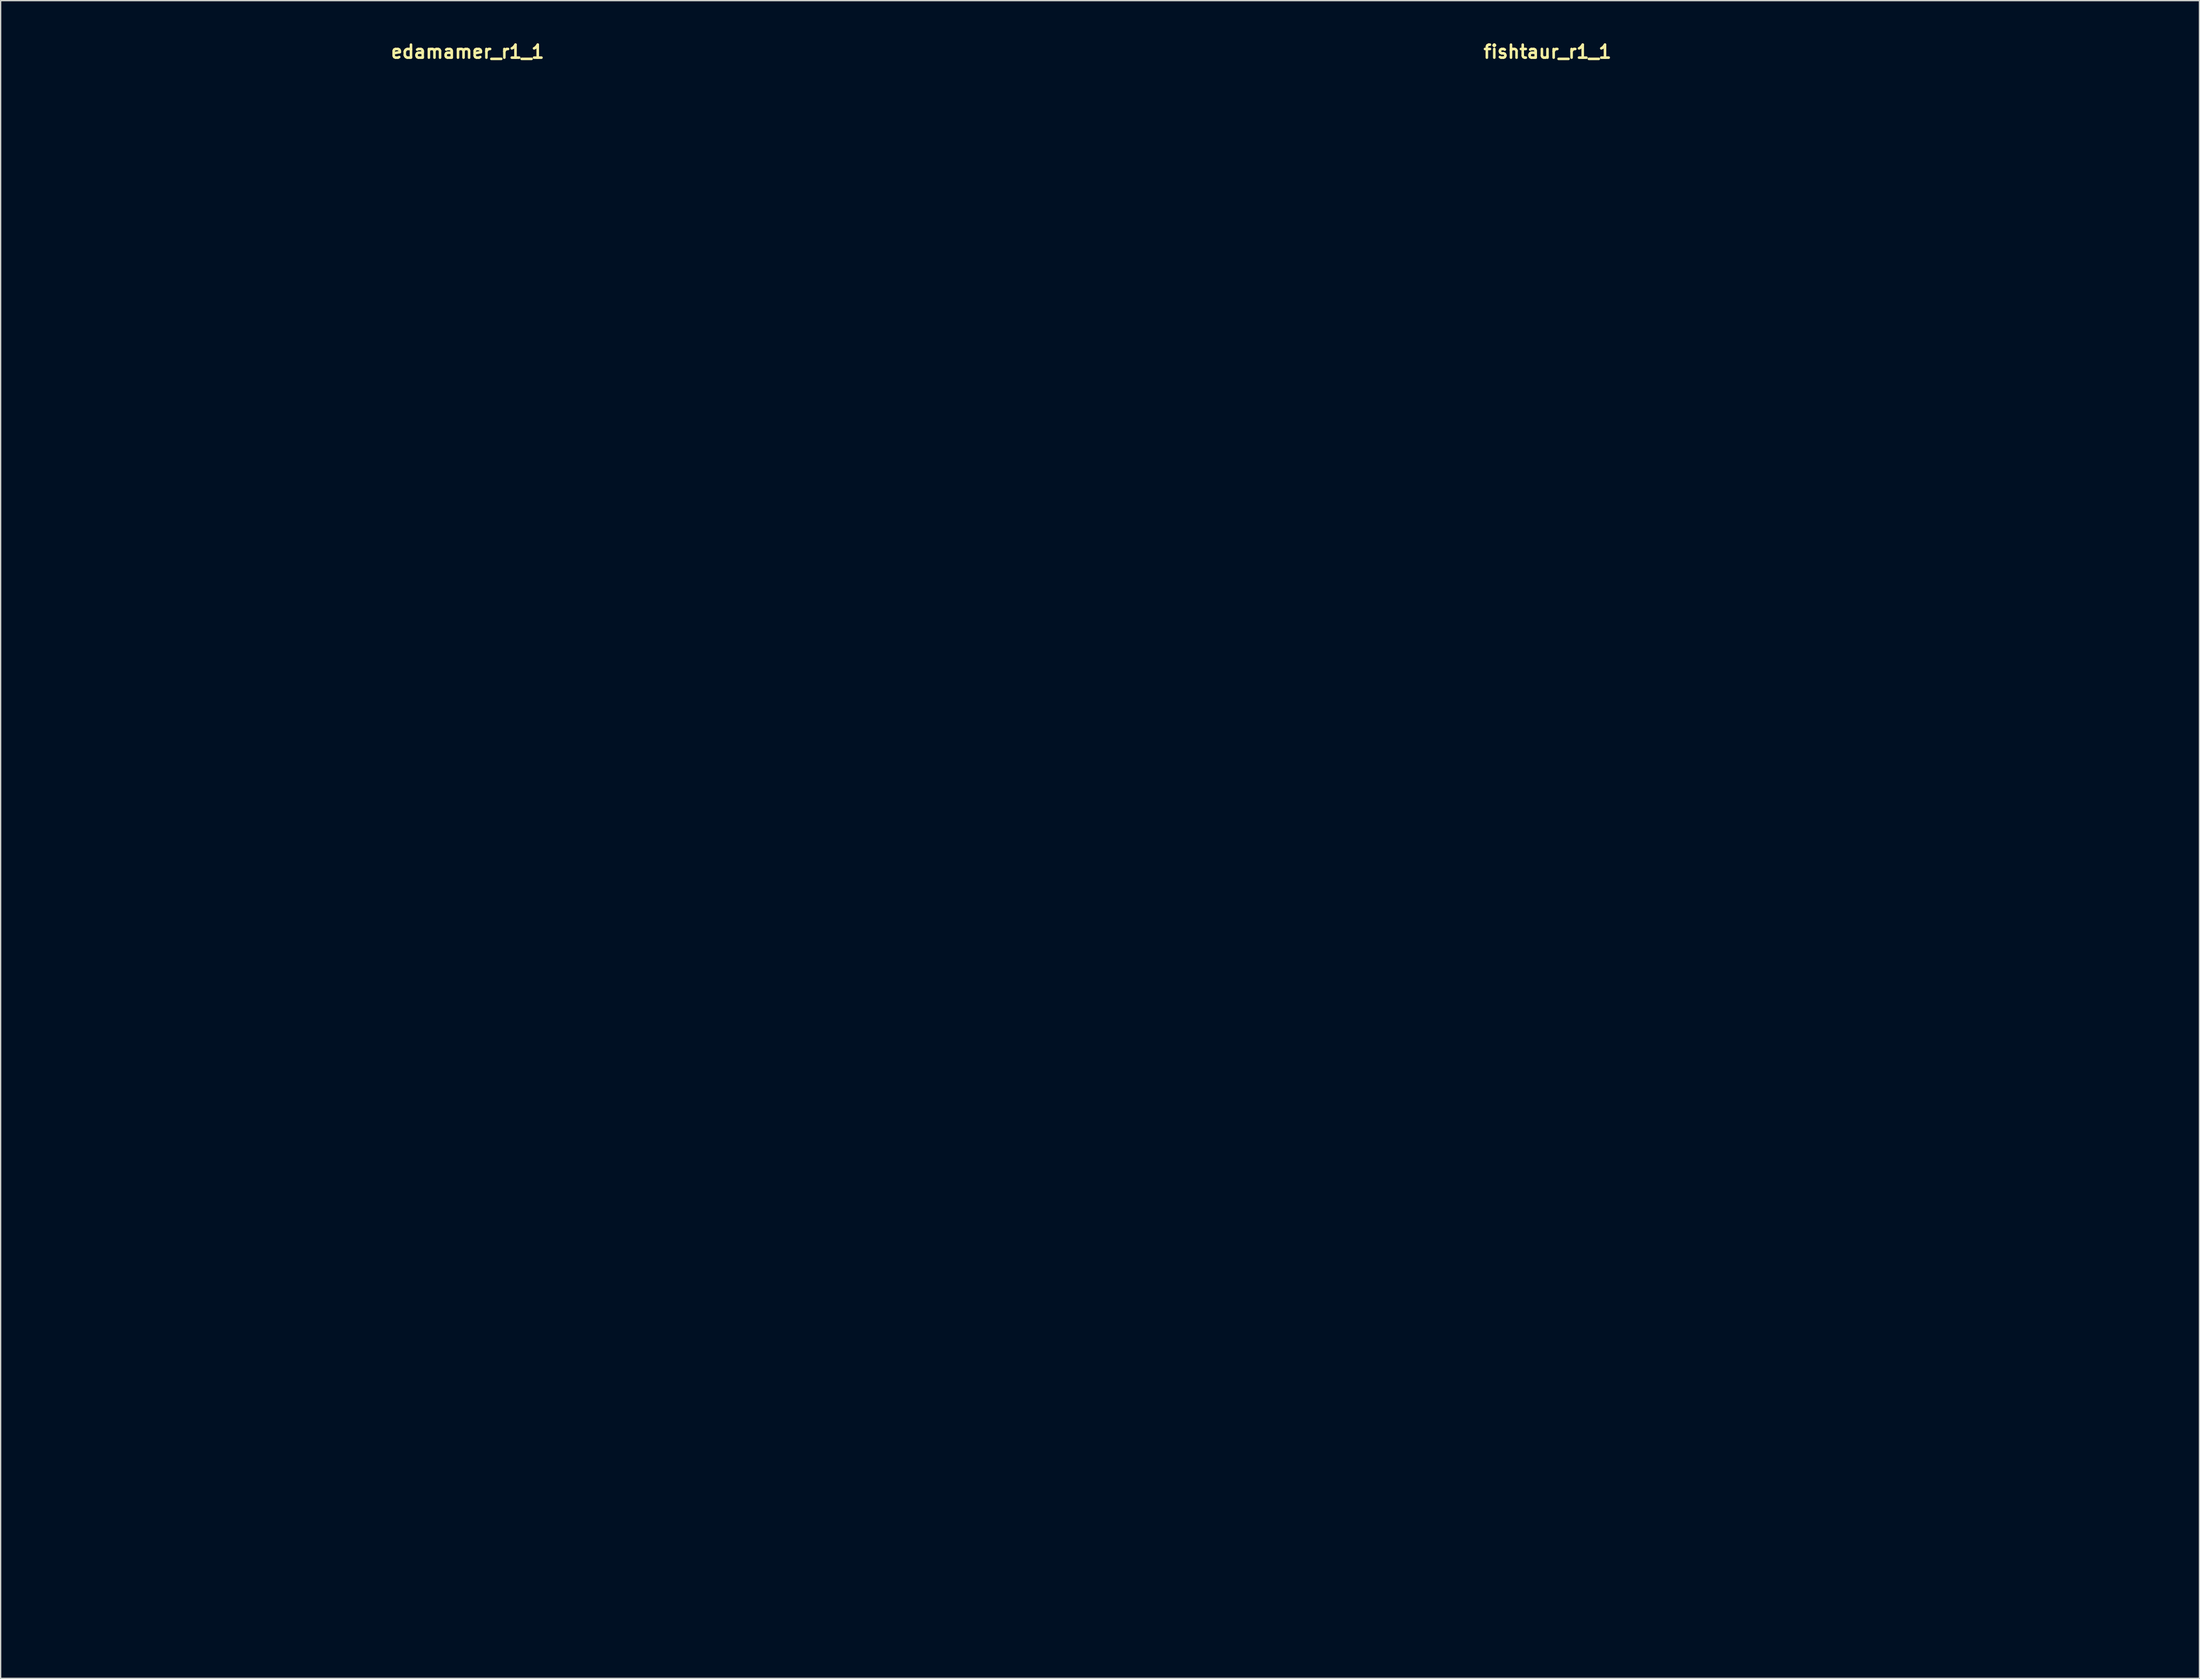
<source format=kicad_pcb>
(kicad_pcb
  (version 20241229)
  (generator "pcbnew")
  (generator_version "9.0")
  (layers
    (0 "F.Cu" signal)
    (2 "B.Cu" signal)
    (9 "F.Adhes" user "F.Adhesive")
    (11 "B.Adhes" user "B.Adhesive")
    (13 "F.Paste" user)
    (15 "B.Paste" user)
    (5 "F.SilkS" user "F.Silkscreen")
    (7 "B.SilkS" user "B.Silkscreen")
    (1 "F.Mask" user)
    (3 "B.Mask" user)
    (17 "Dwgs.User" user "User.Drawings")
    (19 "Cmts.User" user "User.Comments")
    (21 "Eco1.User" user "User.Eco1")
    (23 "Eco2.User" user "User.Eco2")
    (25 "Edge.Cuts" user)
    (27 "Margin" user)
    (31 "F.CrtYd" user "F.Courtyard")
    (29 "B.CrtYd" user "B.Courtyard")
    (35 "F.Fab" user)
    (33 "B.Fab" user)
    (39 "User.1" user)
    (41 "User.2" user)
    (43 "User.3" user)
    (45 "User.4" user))
  (footprint "fishtaur_r1_1"
    (layer "F.Cu")
    (at 116.1 61.515)
    (property "Reference" "fishtaur_r1_1" (at 0 -60.579 0) (layer "F.SilkS") (effects (font (size 1 1) (thickness 0.2))))
    (attr through_hole)
    (fp_line (start -47 -59.75) (end -47 59.75) (stroke (width 0.4) (type solid)) (layer "Eco1.User"))
    (fp_line (start -47 -59.75) (end 47 -59.75) (stroke (width 0.4) (type solid)) (layer "Eco1.User"))
    (fp_line (start -47 59.75) (end 47 59.75) (stroke (width 0.4) (type solid)) (layer "Eco1.User"))
    (fp_line (start -44.75 -57.5) (end -44.75 57.5) (stroke (width 0.4) (type solid)) (layer "Eco1.User"))
    (fp_line (start -44.75 -57.5) (end 44.75 -57.5) (stroke (width 0.4) (type solid)) (layer "Eco1.User"))
    (fp_line (start -44.75 57.5) (end 44.75 57.5) (stroke (width 0.4) (type solid)) (layer "Eco1.User"))
    (fp_line (start 44.75 -57.5) (end 44.75 57.5) (stroke (width 0.4) (type solid)) (layer "Eco1.User"))
    (fp_line (start 47 -59.75) (end 47 59.75) (stroke (width 0.4) (type solid)) (layer "Eco1.User"))
    (fp_circle (center -33.02 -31.55) (end -29.32 -31.55) (stroke (width 0.4) (type solid)) (fill no) (layer "Eco1.User"))
    (fp_circle (center -33.02 -31.55) (end -23.52 -31.55) (stroke (width 0.4) (type solid)) (fill no) (layer "Eco1.User"))
    (fp_circle (center -29.21 -52.07) (end -27.71 -52.07) (stroke (width 0.4) (type solid)) (fill no) (layer "Eco1.User"))
    (fp_circle (center -29.21 -52.07) (end -25.71 -52.07) (stroke (width 0.4) (type solid)) (fill no) (layer "Eco1.User"))
    (fp_circle (center -8.89 -52.07) (end -7.39 -52.07) (stroke (width 0.4) (type solid)) (fill no) (layer "Eco1.User"))
    (fp_circle (center -8.89 -52.07) (end -5.39 -52.07) (stroke (width 0.4) (type solid)) (fill no) (layer "Eco1.User"))
    (fp_circle (center 0 -31.55) (end 3.7 -31.55) (stroke (width 0.4) (type solid)) (fill no) (layer "Eco1.User"))
    (fp_circle (center 0 -31.55) (end 9.5 -31.55) (stroke (width 0.4) (type solid)) (fill no) (layer "Eco1.User"))
    (fp_circle (center 0 13.97) (end 2.65 13.97) (stroke (width 0.4) (type solid)) (fill no) (layer "Eco1.User"))
    (fp_circle (center 0 29.21) (end 6.5 29.21) (stroke (width 0.4) (type solid)) (fill no) (layer "Eco1.User"))
    (fp_circle (center 0 29.21) (end 9.75 29.21) (stroke (width 0.4) (type solid)) (fill no) (layer "Eco1.User"))
    (fp_circle (center 8.89 -52.07) (end 10.39 -52.07) (stroke (width 0.4) (type solid)) (fill no) (layer "Eco1.User"))
    (fp_circle (center 8.89 -52.07) (end 12.39 -52.07) (stroke (width 0.4) (type solid)) (fill no) (layer "Eco1.User"))
    (fp_circle (center 29.21 -52.07) (end 30.71 -52.07) (stroke (width 0.4) (type solid)) (fill no) (layer "Eco1.User"))
    (fp_circle (center 29.21 -52.07) (end 32.71 -52.07) (stroke (width 0.4) (type solid)) (fill no) (layer "Eco1.User"))
    (fp_circle (center 33.02 -31.55) (end 36.72 -31.55) (stroke (width 0.4) (type solid)) (fill no) (layer "Eco1.User"))
    (fp_circle (center 33.02 -31.55) (end 42.52 -31.55) (stroke (width 0.4) (type solid)) (fill no) (layer "Eco1.User"))
    (fp_line (start -47 -59.75) (end -47 59.75) (stroke (width 0.4) (type solid)) (layer "Eco2.User"))
    (fp_line (start -47 -59.75) (end 47 -59.75) (stroke (width 0.4) (type solid)) (layer "Eco2.User"))
    (fp_line (start -47 59.75) (end 47 59.75) (stroke (width 0.4) (type solid)) (layer "Eco2.User"))
    (fp_line (start -5.715 -45.72) (end -4.445 -45.72) (stroke (width 0.25) (type solid)) (layer "Eco2.User"))
    (fp_line (start -5.08 -46.355) (end -5.08 -45.085) (stroke (width 0.25) (type solid)) (layer "Eco2.User"))
    (fp_line (start -3.81 -45.72) (end -1.27 -45.72) (stroke (width 0.5) (type solid)) (layer "Eco2.User"))
    (fp_line (start 0 -45.72) (end 3.81 -45.72) (stroke (width 0.5) (type solid)) (layer "Eco2.User"))
    (fp_line (start 4.445 -45.72) (end 5.715 -45.72) (stroke (width 0.25) (type solid)) (layer "Eco2.User"))
    (fp_line (start 47 -59.75) (end 47 59.75) (stroke (width 0.4) (type solid)) (layer "Eco2.User"))
    (fp_arc (start 0 -44.45) (mid -1.27 -45.72) (end 0 -46.99) (stroke (width 0.5) (type solid)) (layer "Eco2.User"))
    (fp_circle (center -5.08 -45.72) (end -3.81 -45.72) (stroke (width 0.5) (type solid)) (fill no) (layer "Eco2.User"))
    (fp_circle (center 0 -45.72) (end 0.25 -45.72) (stroke (width 0.5) (type solid)) (fill no) (layer "Eco2.User"))
    (fp_circle (center 5.08 -45.72) (end 6.35 -45.72) (stroke (width 0.5) (type solid)) (fill no) (layer "Eco2.User"))
    (fp_poly (pts (xy -19.05 -46.99) (xy -20.32 -44.45) (xy -17.78 -44.45)) (stroke (width 0.5) (type solid)) (fill no) (layer "Eco2.User"))
    (fp_poly (pts (xy 19.05 -44.45) (xy 17.78 -46.99) (xy 20.32 -46.99)) (stroke (width 0.5) (type solid)) (fill no) (layer "Eco2.User"))
    (fp_text user "TREBLE" (at 0 -18.415 0) (unlocked yes) (layer "Eco2.User") (effects (font (size 3 3) (thickness 0.5))))
    (fp_text user "-ТТКРЧПДЛ-\nFISHTAUR\nREV. 1" (at 0 48.26 0) (unlocked yes) (layer "Eco2.User") (effects (font (size 3 3) (thickness 0.5))))
    (fp_text user "OUTPUT" (at 33.02 -18.415 0) (unlocked yes) (layer "Eco2.User") (effects (font (size 3 3) (thickness 0.5))))
    (fp_text user "GAIN" (at -33.02 -18.415 0) (unlocked yes) (layer "Eco2.User") (effects (font (size 3 3) (thickness 0.5))))
    (fp_text user "IN" (at 19.05 -52.07 0) (unlocked yes) (layer "Eco2.User") (effects (font (size 3 3) (thickness 0.5))))
    (fp_text user "OUT" (at -19.05 -52.07 0) (unlocked yes) (layer "Eco2.User") (effects (font (size 3 3) (thickness 0.5))))
    (fp_text user "9V" (at 0 -52.07 0) (unlocked yes) (layer "Eco2.User") (effects (font (size 3 3) (thickness 0.5)))))
  (footprint "edamamer_r1_1"
    (layer "F.Cu")
    (at 32.95 62.404)
    (property "Reference" "edamamer_r1_1" (at 0 -61.468 0) (layer "F.SilkS") (effects (font (size 1 1) (thickness 0.2))))
    (attr through_hole)
    (fp_line (start -32.75 -60.6) (end -32.75 60.6) (stroke (width 0.4) (type solid)) (layer "Eco1.User"))
    (fp_line (start -32.75 -60.6) (end 32.75 -60.6) (stroke (width 0.4) (type solid)) (layer "Eco1.User"))
    (fp_line (start -32.75 60.6) (end 32.75 60.6) (stroke (width 0.4) (type solid)) (layer "Eco1.User"))
    (fp_line (start -31.15 -59) (end -31.15 59) (stroke (width 0.4) (type solid)) (layer "Eco1.User"))
    (fp_line (start -31.15 -59) (end 31.15 -59) (stroke (width 0.4) (type solid)) (layer "Eco1.User"))
    (fp_line (start -31.15 59) (end 31.15 59) (stroke (width 0.4) (type solid)) (layer "Eco1.User"))
    (fp_line (start 31.15 -59) (end 31.15 59) (stroke (width 0.4) (type solid)) (layer "Eco1.User"))
    (fp_line (start 32.75 -60.6) (end 32.75 60.6) (stroke (width 0.4) (type solid)) (layer "Eco1.User"))
    (fp_circle (center -20.32 -31.55) (end -16.62 -31.55) (stroke (width 0.4) (type solid)) (fill no) (layer "Eco1.User"))
    (fp_circle (center -20.32 -31.55) (end -10.82 -31.55) (stroke (width 0.4) (type solid)) (fill no) (layer "Eco1.User"))
    (fp_circle (center -7.62 -1.27) (end -6.12 -1.27) (stroke (width 0.4) (type solid)) (fill no) (layer "Eco1.User"))
    (fp_circle (center -7.62 -1.27) (end -4.12 -1.27) (stroke (width 0.4) (type solid)) (fill no) (layer "Eco1.User"))
    (fp_circle (center 0 -31.55) (end 3.7 -31.55) (stroke (width 0.4) (type solid)) (fill no) (layer "Eco1.User"))
    (fp_circle (center 0 -31.55) (end 9.5 -31.55) (stroke (width 0.4) (type solid)) (fill no) (layer "Eco1.User"))
    (fp_circle (center 0 -1.27) (end 3 -1.27) (stroke (width 0.4) (type solid)) (fill no) (layer "Eco1.User"))
    (fp_circle (center 0 35.56) (end 6.5 35.56) (stroke (width 0.4) (type solid)) (fill no) (layer "Eco1.User"))
    (fp_circle (center 0 35.56) (end 9.75 35.56) (stroke (width 0.4) (type solid)) (fill no) (layer "Eco1.User"))
    (fp_circle (center 0 52.07) (end 2.65 52.07) (stroke (width 0.4) (type solid)) (fill no) (layer "Eco1.User"))
    (fp_circle (center 7.62 -1.27) (end 9.12 -1.27) (stroke (width 0.4) (type solid)) (fill no) (layer "Eco1.User"))
    (fp_circle (center 7.62 -1.27) (end 11.12 -1.27) (stroke (width 0.4) (type solid)) (fill no) (layer "Eco1.User"))
    (fp_circle (center 20.32 -31.55) (end 24.02 -31.55) (stroke (width 0.4) (type solid)) (fill no) (layer "Eco1.User"))
    (fp_circle (center 20.32 -31.55) (end 29.82 -31.55) (stroke (width 0.4) (type solid)) (fill no) (layer "Eco1.User"))
    (fp_line (start -32.75 -60.6) (end -32.75 60.6) (stroke (width 0.4) (type solid)) (layer "Eco2.User"))
    (fp_line (start -32.75 -60.6) (end 32.75 -60.6) (stroke (width 0.4) (type solid)) (layer "Eco2.User"))
    (fp_line (start -32.75 60.6) (end 32.75 60.6) (stroke (width 0.4) (type solid)) (layer "Eco2.User"))
    (fp_line (start -5.715 -54.61) (end -4.445 -54.61) (stroke (width 0.25) (type solid)) (layer "Eco2.User"))
    (fp_line (start -5.08 -55.245) (end -5.08 -53.975) (stroke (width 0.25) (type solid)) (layer "Eco2.User"))
    (fp_line (start -3.81 -54.61) (end -1.27 -54.61) (stroke (width 0.5) (type solid)) (layer "Eco2.User"))
    (fp_line (start 0 -54.61) (end 3.81 -54.61) (stroke (width 0.5) (type solid)) (layer "Eco2.User"))
    (fp_line (start 4.445 -54.61) (end 5.715 -54.61) (stroke (width 0.25) (type solid)) (layer "Eco2.User"))
    (fp_line (start 32.75 -60.6) (end 32.75 60.6) (stroke (width 0.4) (type solid)) (layer "Eco2.User"))
    (fp_arc (start 0 -53.34) (mid -1.27 -54.61) (end 0 -55.88) (stroke (width 0.5) (type solid)) (layer "Eco2.User"))
    (fp_circle (center -5.08 -54.61) (end -3.81 -54.61) (stroke (width 0.5) (type solid)) (fill no) (layer "Eco2.User"))
    (fp_circle (center 0 -54.61) (end 0.25 -54.61) (stroke (width 0.5) (type solid)) (fill no) (layer "Eco2.User"))
    (fp_circle (center 5.08 -54.61) (end 6.35 -54.61) (stroke (width 0.5) (type solid)) (fill no) (layer "Eco2.User"))
    (fp_poly (pts (xy -15.24 -55.88) (xy -16.51 -53.34) (xy -13.97 -53.34)) (stroke (width 0.5) (type solid)) (fill no) (layer "Eco2.User"))
    (fp_poly (pts (xy 15.24 -53.34) (xy 13.97 -55.88) (xy 16.51 -55.88)) (stroke (width 0.5) (type solid)) (fill no) (layer "Eco2.User")))
  (gr_rect
    (start -3 -3)
    (end 166.3 126.204)
    (stroke (width 0.1) (type default))
    (fill no)
    (layer "Edge.Cuts")))
</source>
